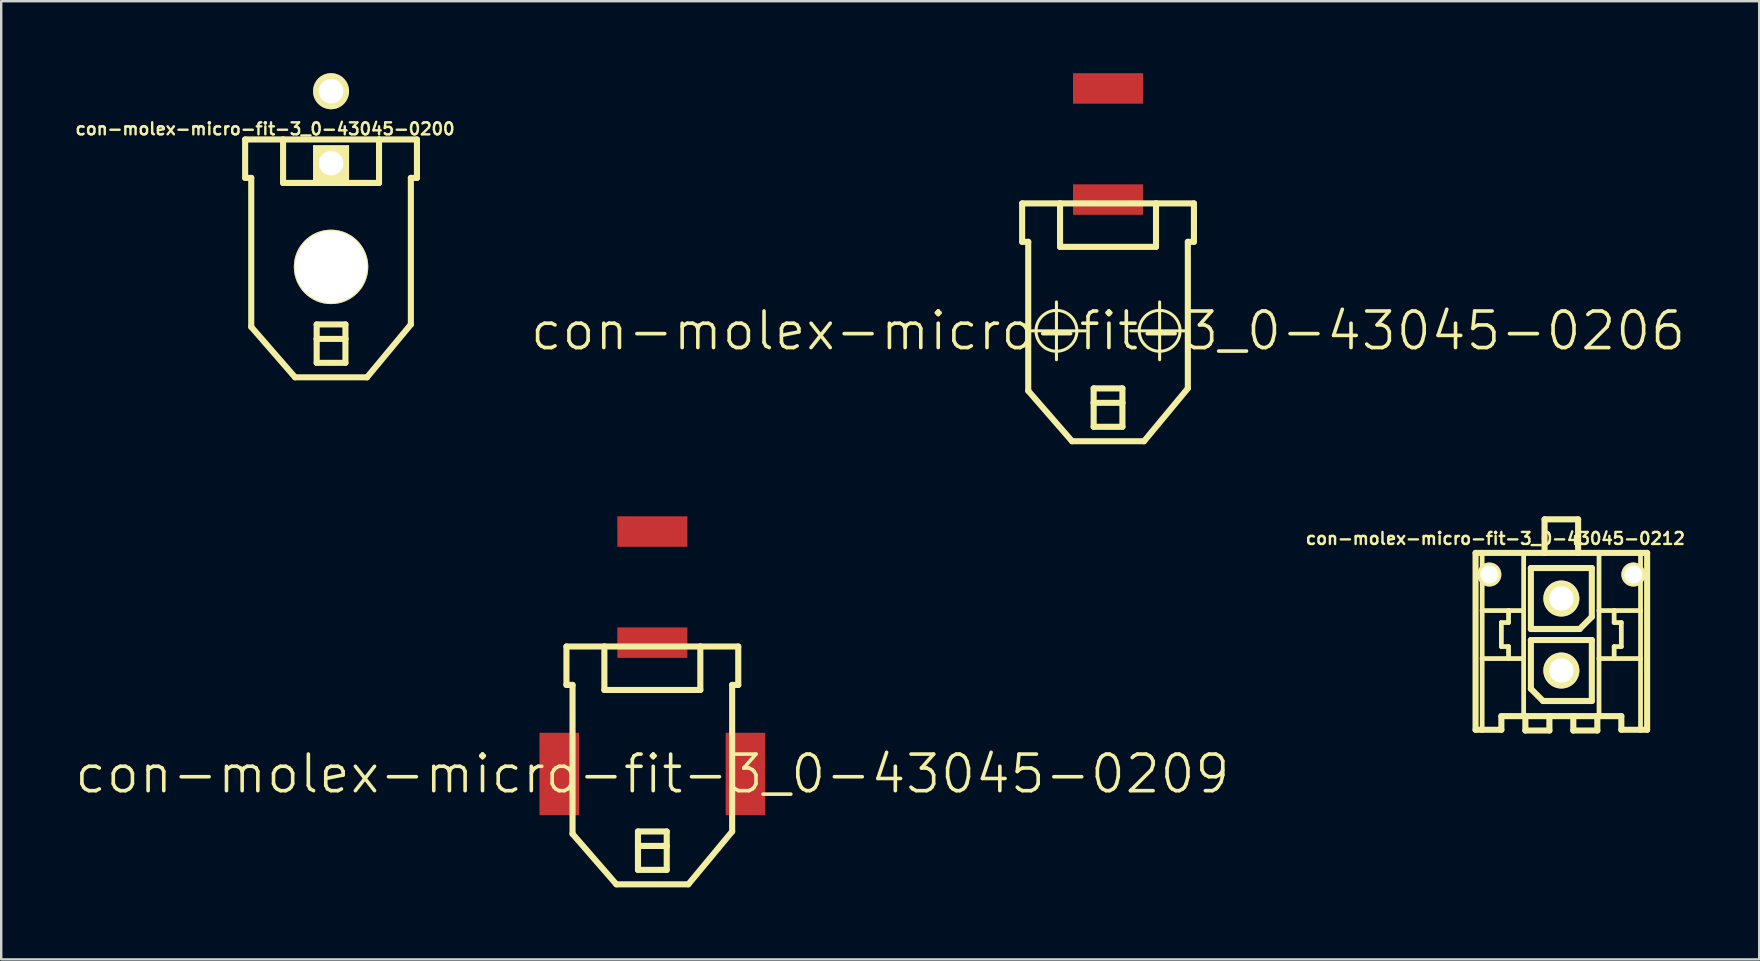
<source format=kicad_pcb>
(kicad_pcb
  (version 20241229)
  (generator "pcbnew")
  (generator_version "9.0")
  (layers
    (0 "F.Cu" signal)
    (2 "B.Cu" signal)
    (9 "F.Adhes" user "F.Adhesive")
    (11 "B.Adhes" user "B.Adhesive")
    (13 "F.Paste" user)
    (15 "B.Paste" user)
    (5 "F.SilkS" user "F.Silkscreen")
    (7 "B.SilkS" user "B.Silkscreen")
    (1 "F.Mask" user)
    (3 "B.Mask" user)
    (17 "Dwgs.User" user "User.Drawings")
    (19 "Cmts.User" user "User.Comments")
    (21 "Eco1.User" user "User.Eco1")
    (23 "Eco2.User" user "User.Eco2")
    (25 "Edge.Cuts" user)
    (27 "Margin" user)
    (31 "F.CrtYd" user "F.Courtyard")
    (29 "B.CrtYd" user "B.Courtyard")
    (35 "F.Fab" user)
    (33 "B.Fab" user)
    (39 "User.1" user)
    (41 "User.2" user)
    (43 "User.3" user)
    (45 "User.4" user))
  (footprint "con-molex-micro-fit-3_0-43045-0209"
    (layer "F.Cu")
    (at 24.13 29.195)
    (property "Reference" "con-molex-micro-fit-3_0-43045-0209" (at 0 0 0) (layer "F.SilkS") (effects (font (size 1.524 1.524) (thickness 0.15))))
    (attr smd)
    (fp_line (start -3.579 -5.309) (end -3.579 -3.708) (stroke (width 0.254) (type solid)) (layer "F.SilkS"))
    (fp_line (start -3.579 -5.309) (end -1.999 -5.309) (stroke (width 0.254) (type solid)) (layer "F.SilkS"))
    (fp_line (start -3.579 -3.708) (end -3.325 -3.708) (stroke (width 0.254) (type solid)) (layer "F.SilkS"))
    (fp_line (start -3.325 2.499) (end -3.325 -3.708) (stroke (width 0.254) (type solid)) (layer "F.SilkS"))
    (fp_line (start -3.325 2.499) (end -1.499 4.6) (stroke (width 0.254) (type solid)) (layer "F.SilkS"))
    (fp_line (start -1.999 -5.309) (end -1.999 -3.498) (stroke (width 0.254) (type solid)) (layer "F.SilkS"))
    (fp_line (start -1.999 -5.309) (end 1.999 -5.309) (stroke (width 0.254) (type solid)) (layer "F.SilkS"))
    (fp_line (start -1.999 -3.498) (end 1.999 -3.498) (stroke (width 0.254) (type solid)) (layer "F.SilkS"))
    (fp_line (start -0.599 2.398) (end 0.599 2.398) (stroke (width 0.254) (type solid)) (layer "F.SilkS"))
    (fp_line (start -0.599 3) (end -0.599 2.398) (stroke (width 0.254) (type solid)) (layer "F.SilkS"))
    (fp_line (start -0.599 3) (end 0.599 3) (stroke (width 0.254) (type solid)) (layer "F.SilkS"))
    (fp_line (start -0.599 3.998) (end -0.599 3) (stroke (width 0.254) (type solid)) (layer "F.SilkS"))
    (fp_line (start 0.599 2.398) (end 0.599 3) (stroke (width 0.254) (type solid)) (layer "F.SilkS"))
    (fp_line (start 0.599 3) (end 0.599 3.998) (stroke (width 0.254) (type solid)) (layer "F.SilkS"))
    (fp_line (start 0.599 3.998) (end -0.599 3.998) (stroke (width 0.254) (type solid)) (layer "F.SilkS"))
    (fp_line (start 1.499 4.6) (end -1.499 4.6) (stroke (width 0.254) (type solid)) (layer "F.SilkS"))
    (fp_line (start 1.999 -5.309) (end 3.579 -5.309) (stroke (width 0.254) (type solid)) (layer "F.SilkS"))
    (fp_line (start 1.999 -3.498) (end 1.999 -5.309) (stroke (width 0.254) (type solid)) (layer "F.SilkS"))
    (fp_line (start 3.325 -3.708) (end 3.325 2.398) (stroke (width 0.254) (type solid)) (layer "F.SilkS"))
    (fp_line (start 3.325 2.398) (end 1.499 4.6) (stroke (width 0.254) (type solid)) (layer "F.SilkS"))
    (fp_line (start 3.579 -5.309) (end 3.579 -3.708) (stroke (width 0.254) (type solid)) (layer "F.SilkS"))
    (fp_line (start 3.579 -3.708) (end 3.325 -3.708) (stroke (width 0.254) (type solid)) (layer "F.SilkS"))
    (pad "P$1" smd rect (at 0 -5.469) (size 2.918 1.27) (layers "F.Cu" "F.Mask" "F.Paste"))
    (pad "P$2" smd rect (at 0 -10.099) (size 2.918 1.27) (layers "F.Cu" "F.Mask" "F.Paste"))
    (pad "TAB1" smd rect (at -3.879 0) (size 1.648 3.429) (layers "F.Cu" "F.Mask" "F.Paste"))
    (pad "TAB2" smd rect (at 3.879 0) (size 1.648 3.429) (layers "F.Cu" "F.Mask" "F.Paste")))
  (footprint "con-molex-micro-fit-3_0-43045-0212"
    (layer "F.Cu")
    (at 62.003 24.887)
    (property "Reference" "con-molex-micro-fit-3_0-43045-0212" (at -2.75 -5.5 0) (layer "F.SilkS") (effects (font (size 0.5 0.5) (thickness 0.1))))
    (attr exclude_from_pos_files exclude_from_bom)
    (fp_line (start -3.574 -4.9) (end -3.299 -4.9) (stroke (width 0.254) (type solid)) (layer "F.SilkS"))
    (fp_line (start -3.574 2.469) (end -3.574 -4.9) (stroke (width 0.254) (type solid)) (layer "F.SilkS"))
    (fp_line (start -3.299 -4.9) (end -1.57 -4.9) (stroke (width 0.254) (type solid)) (layer "F.SilkS"))
    (fp_line (start -3.299 -2.499) (end -3.299 -4.9) (stroke (width 0.198) (type solid)) (layer "F.SilkS"))
    (fp_line (start -3.299 -0.498) (end -3.299 -2.499) (stroke (width 0.198) (type solid)) (layer "F.SilkS"))
    (fp_line (start -3.299 2.469) (end -3.574 2.469) (stroke (width 0.254) (type solid)) (layer "F.SilkS"))
    (fp_line (start -3.299 2.469) (end -3.299 -0.498) (stroke (width 0.198) (type solid)) (layer "F.SilkS"))
    (fp_line (start -2.499 -1.999) (end -2.499 -0.998) (stroke (width 0.198) (type solid)) (layer "F.SilkS"))
    (fp_line (start -2.499 -0.998) (end -2.2 -0.998) (stroke (width 0.198) (type solid)) (layer "F.SilkS"))
    (fp_line (start -2.499 1.9) (end -2.499 2.469) (stroke (width 0.254) (type solid)) (layer "F.SilkS"))
    (fp_line (start -2.499 2.469) (end -3.299 2.469) (stroke (width 0.254) (type solid)) (layer "F.SilkS"))
    (fp_line (start -2.2 -2.499) (end -3.299 -2.499) (stroke (width 0.198) (type solid)) (layer "F.SilkS"))
    (fp_line (start -2.2 -2.499) (end -2.2 -1.999) (stroke (width 0.198) (type solid)) (layer "F.SilkS"))
    (fp_line (start -2.2 -1.999) (end -2.499 -1.999) (stroke (width 0.198) (type solid)) (layer "F.SilkS"))
    (fp_line (start -2.2 -0.998) (end -2.2 -0.498) (stroke (width 0.198) (type solid)) (layer "F.SilkS"))
    (fp_line (start -2.2 -0.498) (end -3.299 -0.498) (stroke (width 0.198) (type solid)) (layer "F.SilkS"))
    (fp_line (start -1.57 -4.9) (end -0.699 -4.9) (stroke (width 0.254) (type solid)) (layer "F.SilkS"))
    (fp_line (start -1.57 -2.499) (end -2.2 -2.499) (stroke (width 0.198) (type solid)) (layer "F.SilkS"))
    (fp_line (start -1.57 -2.499) (end -1.57 -4.9) (stroke (width 0.198) (type solid)) (layer "F.SilkS"))
    (fp_line (start -1.57 -0.498) (end -2.2 -0.498) (stroke (width 0.198) (type solid)) (layer "F.SilkS"))
    (fp_line (start -1.57 -0.498) (end -1.57 -2.499) (stroke (width 0.198) (type solid)) (layer "F.SilkS"))
    (fp_line (start -1.57 1.9) (end -2.499 1.9) (stroke (width 0.254) (type solid)) (layer "F.SilkS"))
    (fp_line (start -1.57 1.9) (end -1.57 -0.498) (stroke (width 0.198) (type solid)) (layer "F.SilkS"))
    (fp_line (start -1.499 1.9) (end -1.57 1.9) (stroke (width 0.254) (type solid)) (layer "F.SilkS"))
    (fp_line (start -1.499 1.9) (end -1.499 2.499) (stroke (width 0.254) (type solid)) (layer "F.SilkS"))
    (fp_line (start -1.499 2.499) (end -0.498 2.499) (stroke (width 0.254) (type solid)) (layer "F.SilkS"))
    (fp_line (start -1.27 -4.27) (end -1.27 -1.73) (stroke (width 0.254) (type solid)) (layer "F.SilkS"))
    (fp_line (start -1.27 -1.73) (end 0.762 -1.73) (stroke (width 0.254) (type solid)) (layer "F.SilkS"))
    (fp_line (start -1.27 -1.27) (end 1.27 -1.27) (stroke (width 0.254) (type solid)) (layer "F.SilkS"))
    (fp_line (start -1.27 0.762) (end -1.27 -1.27) (stroke (width 0.254) (type solid)) (layer "F.SilkS"))
    (fp_line (start -0.762 1.27) (end -1.27 0.762) (stroke (width 0.254) (type solid)) (layer "F.SilkS"))
    (fp_line (start -0.699 -6.299) (end -0.699 -4.9) (stroke (width 0.254) (type solid)) (layer "F.SilkS"))
    (fp_line (start -0.699 -6.299) (end 0.699 -6.299) (stroke (width 0.254) (type solid)) (layer "F.SilkS"))
    (fp_line (start -0.699 -4.9) (end 0.699 -4.9) (stroke (width 0.254) (type solid)) (layer "F.SilkS"))
    (fp_line (start -0.498 1.9) (end -1.499 1.9) (stroke (width 0.254) (type solid)) (layer "F.SilkS"))
    (fp_line (start -0.498 2.499) (end -0.498 1.9) (stroke (width 0.254) (type solid)) (layer "F.SilkS"))
    (fp_line (start 0.498 1.9) (end -0.498 1.9) (stroke (width 0.254) (type solid)) (layer "F.SilkS"))
    (fp_line (start 0.498 1.9) (end 0.498 2.499) (stroke (width 0.254) (type solid)) (layer "F.SilkS"))
    (fp_line (start 0.498 2.499) (end 1.499 2.499) (stroke (width 0.254) (type solid)) (layer "F.SilkS"))
    (fp_line (start 0.699 -6.299) (end 0.699 -4.9) (stroke (width 0.254) (type solid)) (layer "F.SilkS"))
    (fp_line (start 0.699 -4.9) (end 1.57 -4.9) (stroke (width 0.254) (type solid)) (layer "F.SilkS"))
    (fp_line (start 0.762 -1.73) (end 1.27 -2.238) (stroke (width 0.254) (type solid)) (layer "F.SilkS"))
    (fp_line (start 1.27 -4.27) (end -1.27 -4.27) (stroke (width 0.254) (type solid)) (layer "F.SilkS"))
    (fp_line (start 1.27 -2.238) (end 1.27 -4.27) (stroke (width 0.254) (type solid)) (layer "F.SilkS"))
    (fp_line (start 1.27 -1.27) (end 1.27 1.27) (stroke (width 0.254) (type solid)) (layer "F.SilkS"))
    (fp_line (start 1.27 1.27) (end -0.762 1.27) (stroke (width 0.254) (type solid)) (layer "F.SilkS"))
    (fp_line (start 1.499 1.9) (end 0.498 1.9) (stroke (width 0.254) (type solid)) (layer "F.SilkS"))
    (fp_line (start 1.499 2.499) (end 1.499 1.9) (stroke (width 0.254) (type solid)) (layer "F.SilkS"))
    (fp_line (start 1.57 -4.9) (end 1.57 -2.499) (stroke (width 0.198) (type solid)) (layer "F.SilkS"))
    (fp_line (start 1.57 -4.9) (end 3.299 -4.9) (stroke (width 0.254) (type solid)) (layer "F.SilkS"))
    (fp_line (start 1.57 -2.499) (end 1.57 -0.498) (stroke (width 0.198) (type solid)) (layer "F.SilkS"))
    (fp_line (start 1.57 -2.499) (end 2.2 -2.499) (stroke (width 0.198) (type solid)) (layer "F.SilkS"))
    (fp_line (start 1.57 -0.498) (end 1.57 1.9) (stroke (width 0.198) (type solid)) (layer "F.SilkS"))
    (fp_line (start 1.57 -0.498) (end 2.2 -0.498) (stroke (width 0.198) (type solid)) (layer "F.SilkS"))
    (fp_line (start 1.57 1.9) (end 1.499 1.9) (stroke (width 0.254) (type solid)) (layer "F.SilkS"))
    (fp_line (start 2.2 -2.499) (end 2.2 -1.999) (stroke (width 0.198) (type solid)) (layer "F.SilkS"))
    (fp_line (start 2.2 -2.499) (end 3.299 -2.499) (stroke (width 0.198) (type solid)) (layer "F.SilkS"))
    (fp_line (start 2.2 -1.999) (end 2.499 -1.999) (stroke (width 0.198) (type solid)) (layer "F.SilkS"))
    (fp_line (start 2.2 -0.998) (end 2.2 -0.498) (stroke (width 0.198) (type solid)) (layer "F.SilkS"))
    (fp_line (start 2.2 -0.498) (end 3.299 -0.498) (stroke (width 0.198) (type solid)) (layer "F.SilkS"))
    (fp_line (start 2.499 -1.999) (end 2.499 -0.998) (stroke (width 0.198) (type solid)) (layer "F.SilkS"))
    (fp_line (start 2.499 -0.998) (end 2.2 -0.998) (stroke (width 0.198) (type solid)) (layer "F.SilkS"))
    (fp_line (start 2.499 1.9) (end 1.57 1.9) (stroke (width 0.254) (type solid)) (layer "F.SilkS"))
    (fp_line (start 2.499 2.469) (end 2.499 1.9) (stroke (width 0.254) (type solid)) (layer "F.SilkS"))
    (fp_line (start 2.499 2.469) (end 3.299 2.469) (stroke (width 0.254) (type solid)) (layer "F.SilkS"))
    (fp_line (start 3.299 -4.9) (end 3.574 -4.9) (stroke (width 0.254) (type solid)) (layer "F.SilkS"))
    (fp_line (start 3.299 -2.499) (end 3.299 -4.9) (stroke (width 0.198) (type solid)) (layer "F.SilkS"))
    (fp_line (start 3.299 -0.498) (end 3.299 -2.499) (stroke (width 0.198) (type solid)) (layer "F.SilkS"))
    (fp_line (start 3.299 2.469) (end 3.299 -0.498) (stroke (width 0.198) (type solid)) (layer "F.SilkS"))
    (fp_line (start 3.299 2.469) (end 3.574 2.469) (stroke (width 0.254) (type solid)) (layer "F.SilkS"))
    (fp_line (start 3.574 -4.9) (end 3.574 2.469) (stroke (width 0.254) (type solid)) (layer "F.SilkS"))
    (pad "1" thru_hole circle (at 0 0) (size 1.5 1.5) (drill 1.019) (layers "*.Cu" "F.Mask" "F.SilkS" "F.Paste"))
    (pad "2" thru_hole circle (at 0 -3) (size 1.5 1.5) (drill 1.019) (layers "*.Cu" "F.Mask" "F.SilkS" "F.Paste"))
    (pad "3" thru_hole circle (at -3 -4) (size 1 1) (drill 0.75) (layers "*.Cu" "F.Mask" "F.SilkS" "F.Paste"))
    (pad "3" thru_hole circle (at 3 -4) (size 1 1) (drill 0.75) (layers "*.Cu" "F.Mask" "F.SilkS" "F.Paste")))
  (footprint "con-molex-micro-fit-3_0-43045-0206"
    (layer "F.Cu")
    (at 43.116 10.734)
    (property "Reference" "con-molex-micro-fit-3_0-43045-0206" (at 0 0 0) (layer "F.SilkS") (effects (font (size 1.524 1.524) (thickness 0.15))))
    (attr smd)
    (fp_line (start -3.579 -5.309) (end -3.579 -3.708) (stroke (width 0.254) (type solid)) (layer "F.SilkS"))
    (fp_line (start -3.579 -5.309) (end -1.999 -5.309) (stroke (width 0.254) (type solid)) (layer "F.SilkS"))
    (fp_line (start -3.579 -3.708) (end -3.325 -3.708) (stroke (width 0.254) (type solid)) (layer "F.SilkS"))
    (fp_line (start -3.353 0) (end -0.945 0) (stroke (width 0.127) (type solid)) (layer "F.SilkS"))
    (fp_line (start -3.325 2.499) (end -3.325 -3.708) (stroke (width 0.254) (type solid)) (layer "F.SilkS"))
    (fp_line (start -3.325 2.499) (end -1.499 4.6) (stroke (width 0.254) (type solid)) (layer "F.SilkS"))
    (fp_line (start -2.149 1.204) (end -2.149 -1.204) (stroke (width 0.127) (type solid)) (layer "F.SilkS"))
    (fp_line (start -1.999 -5.309) (end -1.999 -3.498) (stroke (width 0.254) (type solid)) (layer "F.SilkS"))
    (fp_line (start -1.999 -5.309) (end 1.999 -5.309) (stroke (width 0.254) (type solid)) (layer "F.SilkS"))
    (fp_line (start -1.999 -3.498) (end 1.999 -3.498) (stroke (width 0.254) (type solid)) (layer "F.SilkS"))
    (fp_line (start -0.599 2.398) (end 0.599 2.398) (stroke (width 0.254) (type solid)) (layer "F.SilkS"))
    (fp_line (start -0.599 3) (end -0.599 2.398) (stroke (width 0.254) (type solid)) (layer "F.SilkS"))
    (fp_line (start -0.599 3) (end 0.599 3) (stroke (width 0.254) (type solid)) (layer "F.SilkS"))
    (fp_line (start -0.599 3.998) (end -0.599 3) (stroke (width 0.254) (type solid)) (layer "F.SilkS"))
    (fp_line (start 0.599 2.398) (end 0.599 3) (stroke (width 0.254) (type solid)) (layer "F.SilkS"))
    (fp_line (start 0.599 3) (end 0.599 3.998) (stroke (width 0.254) (type solid)) (layer "F.SilkS"))
    (fp_line (start 0.599 3.998) (end -0.599 3.998) (stroke (width 0.254) (type solid)) (layer "F.SilkS"))
    (fp_line (start 0.945 0) (end 3.353 0) (stroke (width 0.127) (type solid)) (layer "F.SilkS"))
    (fp_line (start 1.499 4.6) (end -1.499 4.6) (stroke (width 0.254) (type solid)) (layer "F.SilkS"))
    (fp_line (start 1.999 -5.309) (end 3.579 -5.309) (stroke (width 0.254) (type solid)) (layer "F.SilkS"))
    (fp_line (start 1.999 -3.498) (end 1.999 -5.309) (stroke (width 0.254) (type solid)) (layer "F.SilkS"))
    (fp_line (start 2.149 1.204) (end 2.149 -1.204) (stroke (width 0.127) (type solid)) (layer "F.SilkS"))
    (fp_line (start 3.325 -3.708) (end 3.325 2.398) (stroke (width 0.254) (type solid)) (layer "F.SilkS"))
    (fp_line (start 3.325 2.398) (end 1.499 4.6) (stroke (width 0.254) (type solid)) (layer "F.SilkS"))
    (fp_line (start 3.579 -5.309) (end 3.579 -3.708) (stroke (width 0.254) (type solid)) (layer "F.SilkS"))
    (fp_line (start 3.579 -3.708) (end 3.325 -3.708) (stroke (width 0.254) (type solid)) (layer "F.SilkS"))
    (fp_circle (center -2.149 0) (end -2.751 0.602) (stroke (width 0.127) (type solid)) (fill no) (layer "F.SilkS"))
    (fp_circle (center 2.149 0) (end 2.751 0.602) (stroke (width 0.127) (type solid)) (fill no) (layer "F.SilkS"))
    (pad "P$1" smd rect (at 0 -5.469) (size 2.918 1.27) (layers "F.Cu" "F.Mask" "F.Paste"))
    (pad "P$2" smd rect (at 0 -10.099) (size 2.918 1.27) (layers "F.Cu" "F.Mask" "F.Paste")))
  (footprint "con-molex-micro-fit-3_0-43045-0200"
    (layer "F.Cu")
    (at 10.743 8.07)
    (property "Reference" "con-molex-micro-fit-3_0-43045-0200" (at -2.75 -5.75 0) (layer "F.SilkS") (effects (font (size 0.5 0.5) (thickness 0.1))))
    (attr exclude_from_pos_files exclude_from_bom)
    (fp_line (start -3.579 -5.309) (end -3.579 -3.708) (stroke (width 0.254) (type solid)) (layer "F.SilkS"))
    (fp_line (start -3.579 -5.309) (end -1.999 -5.309) (stroke (width 0.254) (type solid)) (layer "F.SilkS"))
    (fp_line (start -3.579 -3.708) (end -3.325 -3.708) (stroke (width 0.254) (type solid)) (layer "F.SilkS"))
    (fp_line (start -3.325 2.499) (end -3.325 -3.708) (stroke (width 0.254) (type solid)) (layer "F.SilkS"))
    (fp_line (start -3.325 2.499) (end -1.499 4.6) (stroke (width 0.254) (type solid)) (layer "F.SilkS"))
    (fp_line (start -1.999 -5.309) (end -1.999 -3.498) (stroke (width 0.254) (type solid)) (layer "F.SilkS"))
    (fp_line (start -1.999 -5.309) (end 1.999 -5.309) (stroke (width 0.254) (type solid)) (layer "F.SilkS"))
    (fp_line (start -1.999 -3.498) (end 1.999 -3.498) (stroke (width 0.254) (type solid)) (layer "F.SilkS"))
    (fp_line (start -0.599 2.398) (end 0.599 2.398) (stroke (width 0.254) (type solid)) (layer "F.SilkS"))
    (fp_line (start -0.599 3) (end -0.599 2.398) (stroke (width 0.254) (type solid)) (layer "F.SilkS"))
    (fp_line (start -0.599 3) (end 0.599 3) (stroke (width 0.254) (type solid)) (layer "F.SilkS"))
    (fp_line (start -0.599 3.998) (end -0.599 3) (stroke (width 0.254) (type solid)) (layer "F.SilkS"))
    (fp_line (start 0.599 2.398) (end 0.599 3) (stroke (width 0.254) (type solid)) (layer "F.SilkS"))
    (fp_line (start 0.599 3) (end 0.599 3.998) (stroke (width 0.254) (type solid)) (layer "F.SilkS"))
    (fp_line (start 0.599 3.998) (end -0.599 3.998) (stroke (width 0.254) (type solid)) (layer "F.SilkS"))
    (fp_line (start 1.499 4.6) (end -1.499 4.6) (stroke (width 0.254) (type solid)) (layer "F.SilkS"))
    (fp_line (start 1.999 -5.309) (end 3.579 -5.309) (stroke (width 0.254) (type solid)) (layer "F.SilkS"))
    (fp_line (start 1.999 -3.498) (end 1.999 -5.309) (stroke (width 0.254) (type solid)) (layer "F.SilkS"))
    (fp_line (start 3.325 -3.708) (end 3.325 2.398) (stroke (width 0.254) (type solid)) (layer "F.SilkS"))
    (fp_line (start 3.325 2.398) (end 1.499 4.6) (stroke (width 0.254) (type solid)) (layer "F.SilkS"))
    (fp_line (start 3.579 -5.309) (end 3.579 -3.708) (stroke (width 0.254) (type solid)) (layer "F.SilkS"))
    (fp_line (start 3.579 -3.708) (end 3.325 -3.708) (stroke (width 0.254) (type solid)) (layer "F.SilkS"))
    (pad "1" thru_hole rect (at 0 -4.32) (size 1.5 1.5) (drill 1.02) (layers "*.Cu" "*.Mask" "F.SilkS" "F.Paste"))
    (pad "2" thru_hole circle (at 0 -7.32) (size 1.5 1.5) (drill 1.02) (layers "*.Cu" "*.Mask" "F.SilkS" "F.Paste"))
    (pad "3" thru_hole circle (at 0 0) (size 3.1 3.1) (drill 3) (layers "*.Cu" "*.Mask" "F.SilkS" "F.Paste")))
  (gr_rect
    (start -3 -3)
    (end 70.246 36.922)
    (stroke (width 0.1) (type default))
    (fill no)
    (layer "Edge.Cuts")))
</source>
